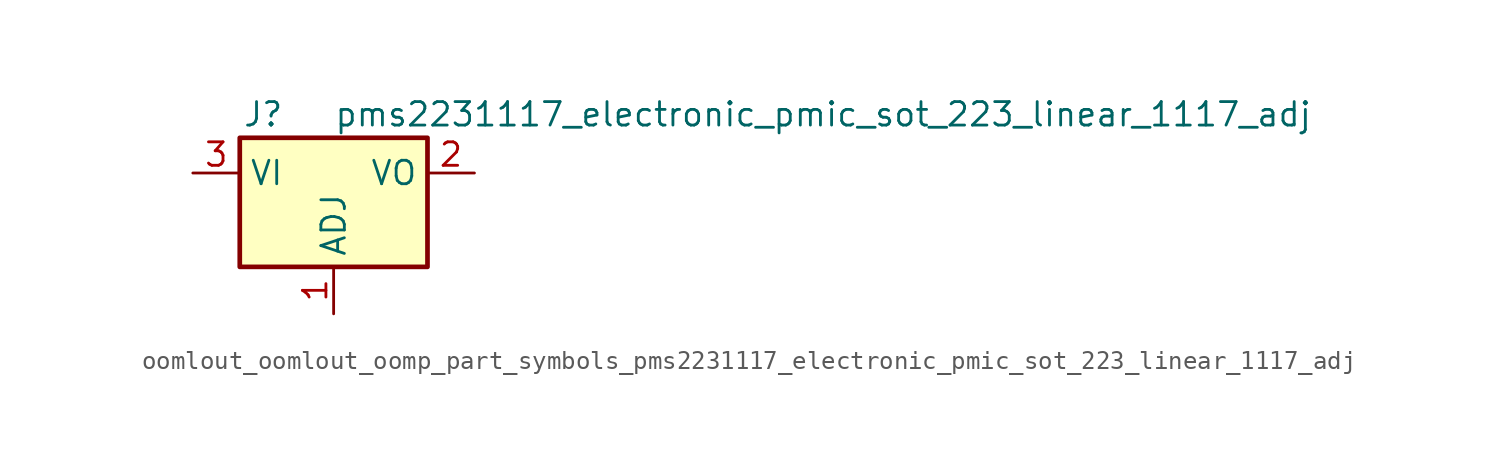
<source format=kicad_sym>
(kicad_symbol_lib
  (version 20220914)
  (generator kicad_symbol_editor)
  (symbol "oomlout_oomlout_oomp_part_symbols_pms2231117_electronic_pmic_sot_223_linear_1117_adj"
    (property "Reference" "J"
      (at -3.81 3.175 0)
      (effects (font (size 1.27 1.27))))
    (property "Value" "pms2231117_electronic_pmic_sot_223_linear_1117_adj"
      (at 0 3.175 0)
      (effects (font (size 1.27 1.27)) (justify left)))
    (symbol "oomlout_oomlout_oomp_part_symbols_pms2231117_electronic_pmic_sot_223_linear_1117_adj_0_1"
      (rectangle (start -5.08 -5.08) (end 5.08 1.905) (stroke (width 0.254) (type default)) (fill (type background))))
    (symbol "oomlout_oomlout_oomp_part_symbols_pms2231117_electronic_pmic_sot_223_linear_1117_adj_1_1"
      (pin input line (at 0 -7.62 90) (length 2.54) (name "ADJ" (effects (font (size 1.27 1.27)))) (number "1" (effects (font (size 1.27 1.27)))))
      (pin power_out line (at 7.62 0 180) (length 2.54) (name "VO" (effects (font (size 1.27 1.27)))) (number "2" (effects (font (size 1.27 1.27)))))
      (pin power_in line (at -7.62 0 0) (length 2.54) (name "VI" (effects (font (size 1.27 1.27)))) (number "3" (effects (font (size 1.27 1.27))))))))
</source>
